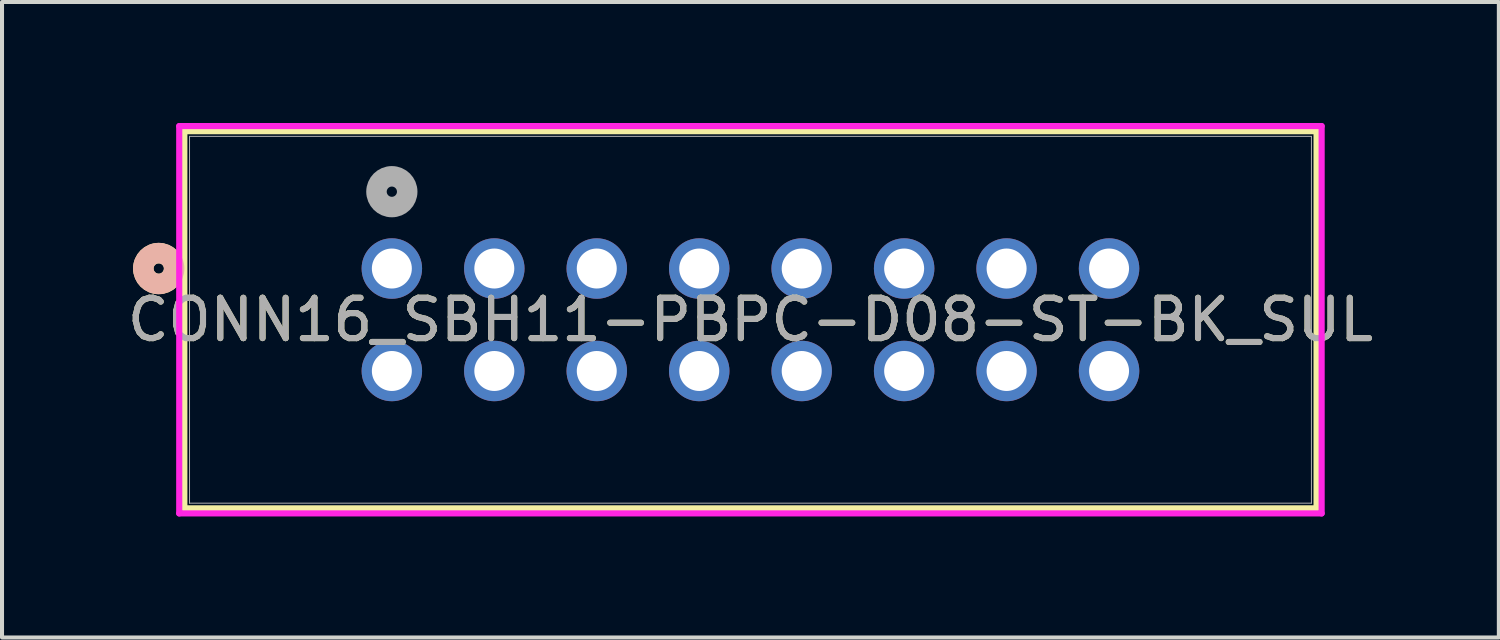
<source format=kicad_pcb>
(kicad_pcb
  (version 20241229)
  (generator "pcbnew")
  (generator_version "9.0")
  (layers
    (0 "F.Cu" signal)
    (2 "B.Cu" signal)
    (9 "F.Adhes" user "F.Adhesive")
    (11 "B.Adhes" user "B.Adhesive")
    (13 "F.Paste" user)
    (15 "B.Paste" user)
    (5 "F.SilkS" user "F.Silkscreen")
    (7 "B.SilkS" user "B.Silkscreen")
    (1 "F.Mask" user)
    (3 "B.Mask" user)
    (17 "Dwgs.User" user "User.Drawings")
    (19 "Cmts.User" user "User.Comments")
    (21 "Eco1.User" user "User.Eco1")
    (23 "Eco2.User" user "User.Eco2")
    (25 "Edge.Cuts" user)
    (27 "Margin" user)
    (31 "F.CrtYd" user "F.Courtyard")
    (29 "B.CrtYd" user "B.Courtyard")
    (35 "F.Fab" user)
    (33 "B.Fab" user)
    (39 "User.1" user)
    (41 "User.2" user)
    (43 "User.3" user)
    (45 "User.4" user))
  (footprint "CONN16_SBH11-PBPC-D08-ST-BK_SUL"
    (layer "F.Cu")
    (at 6.664 3.607)
    (property "Reference" "CONN16_SBH11-PBPC-D08-ST-BK_SUL" (at 8.89 1.27 0) (unlocked yes) (layer "F.SilkS") (effects (font (size 1 1) (thickness 0.15))))
    (attr through_hole)
    (fp_line (start -5.144 -3.404) (end -5.144 5.944) (stroke (width 0.152) (type solid)) (layer "F.SilkS"))
    (fp_line (start -5.144 5.944) (end 22.924 5.944) (stroke (width 0.152) (type solid)) (layer "F.SilkS"))
    (fp_line (start 22.924 -3.404) (end -5.144 -3.404) (stroke (width 0.152) (type solid)) (layer "F.SilkS"))
    (fp_line (start 22.924 5.944) (end 22.924 -3.404) (stroke (width 0.152) (type solid)) (layer "F.SilkS"))
    (fp_circle (center -5.779 0) (end -5.397 0) (stroke (width 0.508) (type solid)) (fill no) (layer "F.SilkS"))
    (fp_circle (center -5.779 0) (end -5.397 0) (stroke (width 0.508) (type solid)) (fill no) (layer "B.SilkS"))
    (fp_line (start -5.271 -3.531) (end -5.271 6.071) (stroke (width 0.152) (type solid)) (layer "F.CrtYd"))
    (fp_line (start -5.271 6.071) (end 23.05 6.071) (stroke (width 0.152) (type solid)) (layer "F.CrtYd"))
    (fp_line (start 23.05 -3.531) (end -5.271 -3.531) (stroke (width 0.152) (type solid)) (layer "F.CrtYd"))
    (fp_line (start 23.05 6.071) (end 23.05 -3.531) (stroke (width 0.152) (type solid)) (layer "F.CrtYd"))
    (fp_line (start -5.016 -3.277) (end -5.016 5.817) (stroke (width 0.025) (type solid)) (layer "F.Fab"))
    (fp_line (start -5.016 5.817) (end 22.797 5.817) (stroke (width 0.025) (type solid)) (layer "F.Fab"))
    (fp_line (start 22.797 -3.277) (end -5.016 -3.277) (stroke (width 0.025) (type solid)) (layer "F.Fab"))
    (fp_line (start 22.797 5.817) (end 22.797 -3.277) (stroke (width 0.025) (type solid)) (layer "F.Fab"))
    (fp_circle (center 0 -1.905) (end 0.381 -1.905) (stroke (width 0.508) (type solid)) (fill no) (layer "F.Fab"))
    (fp_text user "${REFERENCE}" (at 8.89 1.27 0) (unlocked yes) (layer "F.Fab") (effects (font (size 1 1) (thickness 0.15))))
    (pad "1" thru_hole circle (at 0 0) (size 1.499 1.499) (drill 0.991) (layers "*.Cu" "*.Mask"))
    (pad "2" thru_hole circle (at 0 2.54) (size 1.499 1.499) (drill 0.991) (layers "*.Cu" "*.Mask"))
    (pad "3" thru_hole circle (at 2.54 0) (size 1.499 1.499) (drill 0.991) (layers "*.Cu" "*.Mask"))
    (pad "4" thru_hole circle (at 2.54 2.54) (size 1.499 1.499) (drill 0.991) (layers "*.Cu" "*.Mask"))
    (pad "5" thru_hole circle (at 5.08 0) (size 1.499 1.499) (drill 0.991) (layers "*.Cu" "*.Mask"))
    (pad "6" thru_hole circle (at 5.08 2.54) (size 1.499 1.499) (drill 0.991) (layers "*.Cu" "*.Mask"))
    (pad "7" thru_hole circle (at 7.62 0) (size 1.499 1.499) (drill 0.991) (layers "*.Cu" "*.Mask"))
    (pad "8" thru_hole circle (at 7.62 2.54) (size 1.499 1.499) (drill 0.991) (layers "*.Cu" "*.Mask"))
    (pad "9" thru_hole circle (at 10.16 0) (size 1.499 1.499) (drill 0.991) (layers "*.Cu" "*.Mask"))
    (pad "10" thru_hole circle (at 10.16 2.54) (size 1.499 1.499) (drill 0.991) (layers "*.Cu" "*.Mask"))
    (pad "11" thru_hole circle (at 12.7 0) (size 1.499 1.499) (drill 0.991) (layers "*.Cu" "*.Mask"))
    (pad "12" thru_hole circle (at 12.7 2.54) (size 1.499 1.499) (drill 0.991) (layers "*.Cu" "*.Mask"))
    (pad "13" thru_hole circle (at 15.24 0) (size 1.499 1.499) (drill 0.991) (layers "*.Cu" "*.Mask"))
    (pad "14" thru_hole circle (at 15.24 2.54) (size 1.499 1.499) (drill 0.991) (layers "*.Cu" "*.Mask"))
    (pad "15" thru_hole circle (at 17.78 0) (size 1.499 1.499) (drill 0.991) (layers "*.Cu" "*.Mask"))
    (pad "16" thru_hole circle (at 17.78 2.54) (size 1.499 1.499) (drill 0.991) (layers "*.Cu" "*.Mask")))
  (gr_rect
    (start -3 -3)
    (end 34.107 12.754)
    (stroke (width 0.1) (type default))
    (fill no)
    (layer "Edge.Cuts")))
</source>
